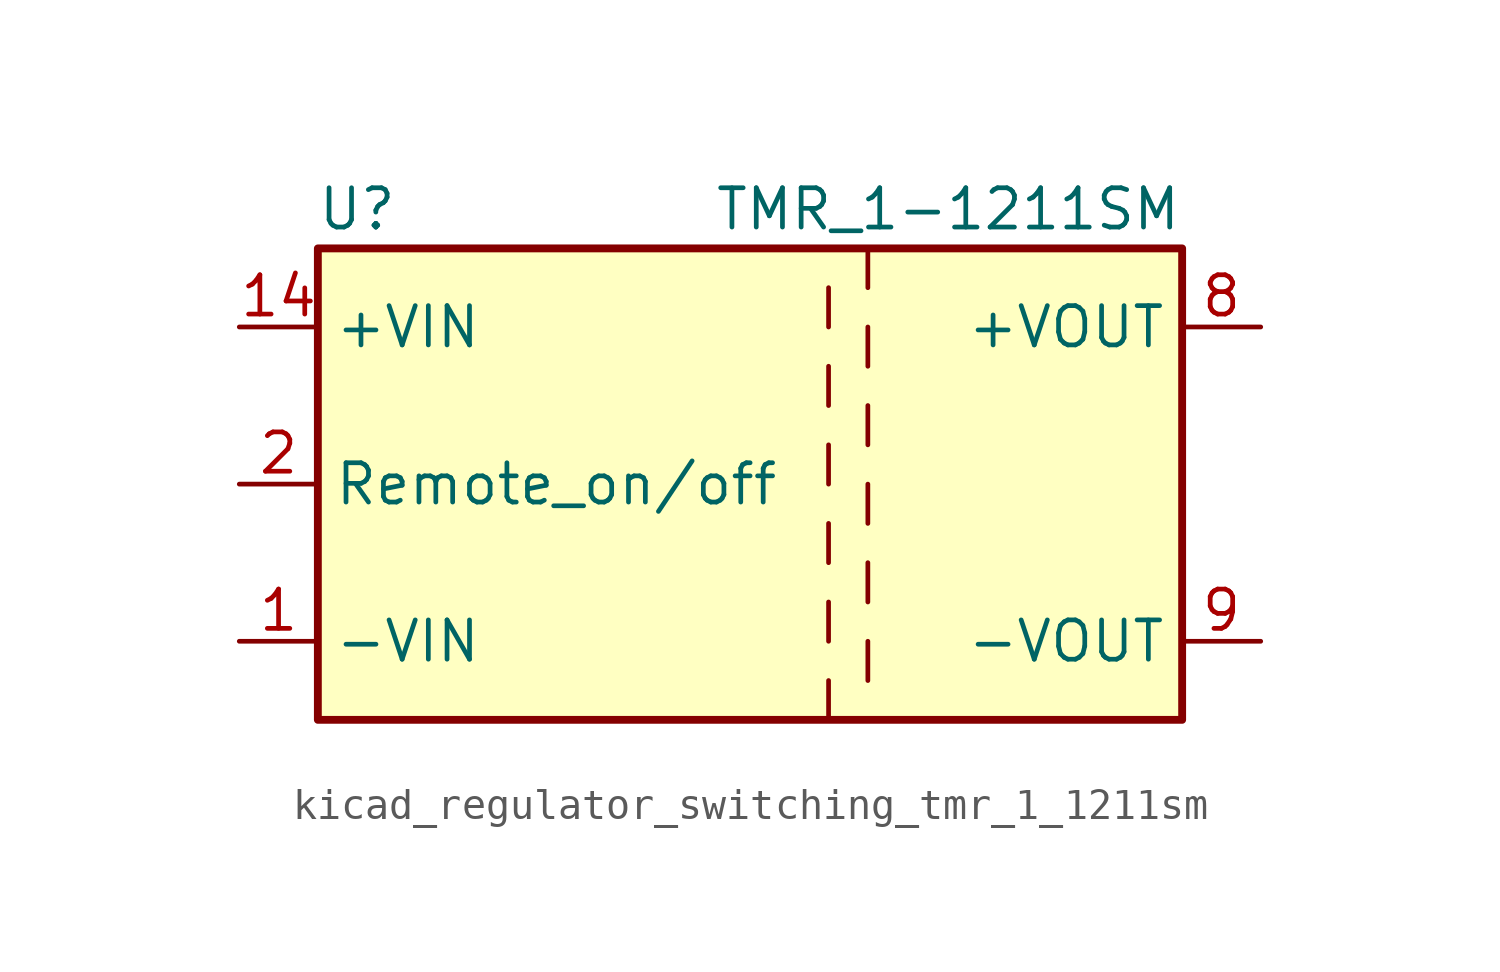
<source format=kicad_sym>
(kicad_symbol_lib
  (version 20220914)
  (generator kicad_symbol_editor)
  (symbol "kicad_regulator_switching_tmr_1_1211sm"
    (property "Reference" "U"
      (at -16.51 8.89 0)
      (effects (font (size 1.27 1.27))))
    (property "Value" "TMR_1-1211SM"
      (at 10.16 8.89 0)
      (effects (font (size 1.27 1.27)) (justify right)))
    (symbol "kicad_regulator_switching_tmr_1_1211sm_0_1"
      (rectangle (start -17.78 7.62) (end 10.16 -7.62) (stroke (width 0.254) (type default)) (fill (type background)))
      (polyline (pts (xy -1.27 -6.35) (xy -1.27 -7.62)) (stroke (width 0) (type default)) (fill (type none)))
      (polyline (pts (xy -1.27 -3.81) (xy -1.27 -5.08)) (stroke (width 0) (type default)) (fill (type none)))
      (polyline (pts (xy -1.27 -1.27) (xy -1.27 -2.54)) (stroke (width 0) (type default)) (fill (type none)))
      (polyline (pts (xy -1.27 1.27) (xy -1.27 0)) (stroke (width 0) (type default)) (fill (type none)))
      (polyline (pts (xy -1.27 3.81) (xy -1.27 2.54)) (stroke (width 0) (type default)) (fill (type none)))
      (polyline (pts (xy -1.27 6.35) (xy -1.27 5.08)) (stroke (width 0) (type default)) (fill (type none)))
      (polyline (pts (xy 0 -5.08) (xy 0 -6.35)) (stroke (width 0) (type default)) (fill (type none)))
      (polyline (pts (xy 0 -2.54) (xy 0 -3.81)) (stroke (width 0) (type default)) (fill (type none)))
      (polyline (pts (xy 0 0) (xy 0 -1.27)) (stroke (width 0) (type default)) (fill (type none)))
      (polyline (pts (xy 0 2.54) (xy 0 1.27)) (stroke (width 0) (type default)) (fill (type none)))
      (polyline (pts (xy 0 5.08) (xy 0 3.81)) (stroke (width 0) (type default)) (fill (type none)))
      (polyline (pts (xy 0 7.62) (xy 0 6.35)) (stroke (width 0) (type default)) (fill (type none))))
    (symbol "kicad_regulator_switching_tmr_1_1211sm_1_1"
      (pin power_in line (at -20.32 -5.08 0) (length 2.54) (name "-VIN" (effects (font (size 1.27 1.27)))) (number "1" (effects (font (size 1.27 1.27)))))
      (pin power_in line (at -20.32 5.08 0) (length 2.54) (name "+VIN" (effects (font (size 1.27 1.27)))) (number "14" (effects (font (size 1.27 1.27)))))
      (pin input line (at -20.32 0 0) (length 2.54) (name "Remote_on/off" (effects (font (size 1.27 1.27)))) (number "2" (effects (font (size 1.27 1.27)))))
      (pin no_connect line (at 10.16 2.54 180) (length 2.54) hide (name "NC" (effects (font (size 1.27 1.27)))) (number "6" (effects (font (size 1.27 1.27)))))
      (pin no_connect line (at 10.16 -2.54 180) (length 2.54) hide (name "NC" (effects (font (size 1.27 1.27)))) (number "7" (effects (font (size 1.27 1.27)))))
      (pin power_out line (at 12.7 5.08 180) (length 2.54) (name "+VOUT" (effects (font (size 1.27 1.27)))) (number "8" (effects (font (size 1.27 1.27)))))
      (pin power_out line (at 12.7 -5.08 180) (length 2.54) (name "-VOUT" (effects (font (size 1.27 1.27)))) (number "9" (effects (font (size 1.27 1.27))))))))
</source>
